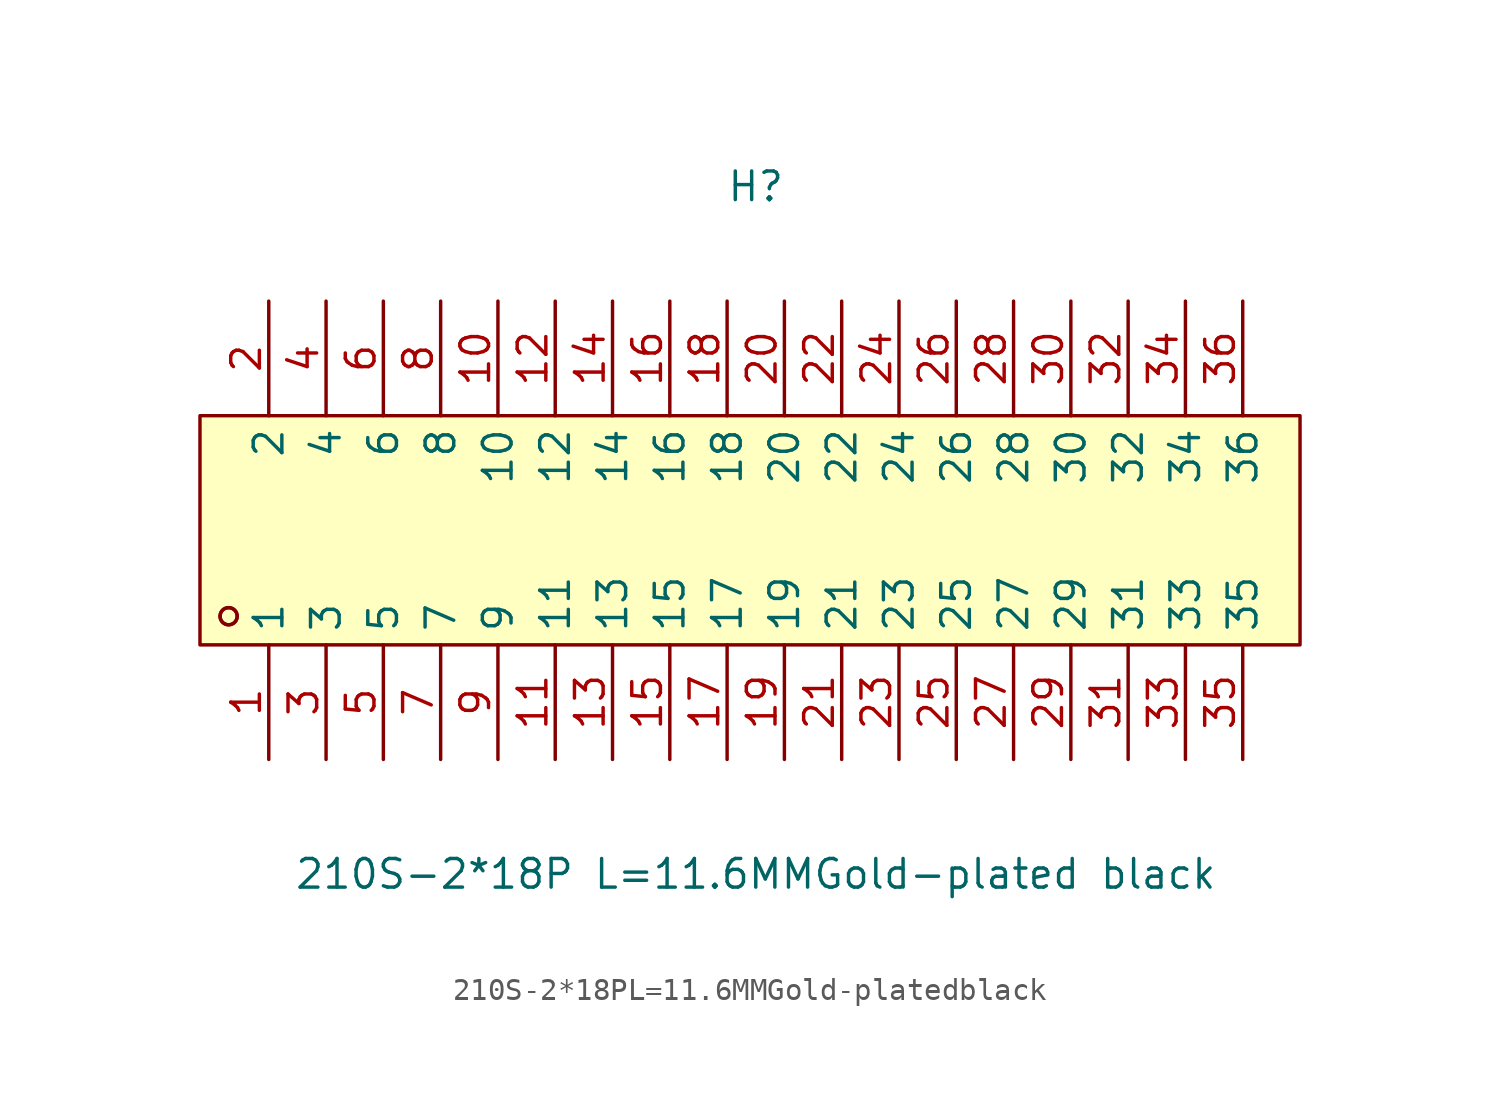
<source format=kicad_sym>
(kicad_symbol_lib
  (version 20211014)
  (generator https://github.com/uPesy/easyeda2kicad.py)
  (symbol "210S-2*18PL=11.6MMGold-platedblack"
    (property "Reference" "H"
      (at 0 15.24 0)
      (effects (font (size 1.27 1.27))))
    (property "Value" "210S-2*18P L=11.6MMGold-plated black"
      (at 0 -15.24 0)
      (effects (font (size 1.27 1.27))))
    (symbol "210S-2*18PL=11.6MMGold-platedblack_0_1"
      (rectangle (start -24.64 5.08) (end 24.13 -5.08) (stroke (width 0) (type default) (color 0 0 0 0)) (fill (type background)))
      (circle (center -23.37 -3.81) (radius 0.38) (stroke (width 0) (type default) (color 0 0 0 0)) (fill (type none)))
      (circle (center -23.37 -3.81) (radius 0.38) (stroke (width 0) (type default) (color 0 0 0 0)) (fill (type none)))
      (pin unspecified line (at -21.59 -10.16 90) (length 5.08) (name "1" (effects (font (size 1.27 1.27)))) (number "1" (effects (font (size 1.27 1.27)))))
      (pin unspecified line (at -21.59 10.16 270) (length 5.08) (name "2" (effects (font (size 1.27 1.27)))) (number "2" (effects (font (size 1.27 1.27)))))
      (pin unspecified line (at -19.05 -10.16 90) (length 5.08) (name "3" (effects (font (size 1.27 1.27)))) (number "3" (effects (font (size 1.27 1.27)))))
      (pin unspecified line (at -19.05 10.16 270) (length 5.08) (name "4" (effects (font (size 1.27 1.27)))) (number "4" (effects (font (size 1.27 1.27)))))
      (pin unspecified line (at -16.51 -10.16 90) (length 5.08) (name "5" (effects (font (size 1.27 1.27)))) (number "5" (effects (font (size 1.27 1.27)))))
      (pin unspecified line (at -16.51 10.16 270) (length 5.08) (name "6" (effects (font (size 1.27 1.27)))) (number "6" (effects (font (size 1.27 1.27)))))
      (pin unspecified line (at -13.97 -10.16 90) (length 5.08) (name "7" (effects (font (size 1.27 1.27)))) (number "7" (effects (font (size 1.27 1.27)))))
      (pin unspecified line (at -13.97 10.16 270) (length 5.08) (name "8" (effects (font (size 1.27 1.27)))) (number "8" (effects (font (size 1.27 1.27)))))
      (pin unspecified line (at -11.43 -10.16 90) (length 5.08) (name "9" (effects (font (size 1.27 1.27)))) (number "9" (effects (font (size 1.27 1.27)))))
      (pin unspecified line (at -11.43 10.16 270) (length 5.08) (name "10" (effects (font (size 1.27 1.27)))) (number "10" (effects (font (size 1.27 1.27)))))
      (pin unspecified line (at -8.89 -10.16 90) (length 5.08) (name "11" (effects (font (size 1.27 1.27)))) (number "11" (effects (font (size 1.27 1.27)))))
      (pin unspecified line (at -8.89 10.16 270) (length 5.08) (name "12" (effects (font (size 1.27 1.27)))) (number "12" (effects (font (size 1.27 1.27)))))
      (pin unspecified line (at -6.35 -10.16 90) (length 5.08) (name "13" (effects (font (size 1.27 1.27)))) (number "13" (effects (font (size 1.27 1.27)))))
      (pin unspecified line (at -6.35 10.16 270) (length 5.08) (name "14" (effects (font (size 1.27 1.27)))) (number "14" (effects (font (size 1.27 1.27)))))
      (pin unspecified line (at -3.81 -10.16 90) (length 5.08) (name "15" (effects (font (size 1.27 1.27)))) (number "15" (effects (font (size 1.27 1.27)))))
      (pin unspecified line (at -3.81 10.16 270) (length 5.08) (name "16" (effects (font (size 1.27 1.27)))) (number "16" (effects (font (size 1.27 1.27)))))
      (pin unspecified line (at -1.27 -10.16 90) (length 5.08) (name "17" (effects (font (size 1.27 1.27)))) (number "17" (effects (font (size 1.27 1.27)))))
      (pin unspecified line (at -1.27 10.16 270) (length 5.08) (name "18" (effects (font (size 1.27 1.27)))) (number "18" (effects (font (size 1.27 1.27)))))
      (pin unspecified line (at 1.27 -10.16 90) (length 5.08) (name "19" (effects (font (size 1.27 1.27)))) (number "19" (effects (font (size 1.27 1.27)))))
      (pin unspecified line (at 1.27 10.16 270) (length 5.08) (name "20" (effects (font (size 1.27 1.27)))) (number "20" (effects (font (size 1.27 1.27)))))
      (pin unspecified line (at 3.81 -10.16 90) (length 5.08) (name "21" (effects (font (size 1.27 1.27)))) (number "21" (effects (font (size 1.27 1.27)))))
      (pin unspecified line (at 3.81 10.16 270) (length 5.08) (name "22" (effects (font (size 1.27 1.27)))) (number "22" (effects (font (size 1.27 1.27)))))
      (pin unspecified line (at 6.35 -10.16 90) (length 5.08) (name "23" (effects (font (size 1.27 1.27)))) (number "23" (effects (font (size 1.27 1.27)))))
      (pin unspecified line (at 6.35 10.16 270) (length 5.08) (name "24" (effects (font (size 1.27 1.27)))) (number "24" (effects (font (size 1.27 1.27)))))
      (pin unspecified line (at 8.89 -10.16 90) (length 5.08) (name "25" (effects (font (size 1.27 1.27)))) (number "25" (effects (font (size 1.27 1.27)))))
      (pin unspecified line (at 8.89 10.16 270) (length 5.08) (name "26" (effects (font (size 1.27 1.27)))) (number "26" (effects (font (size 1.27 1.27)))))
      (pin unspecified line (at 11.43 -10.16 90) (length 5.08) (name "27" (effects (font (size 1.27 1.27)))) (number "27" (effects (font (size 1.27 1.27)))))
      (pin unspecified line (at 11.43 10.16 270) (length 5.08) (name "28" (effects (font (size 1.27 1.27)))) (number "28" (effects (font (size 1.27 1.27)))))
      (pin unspecified line (at 13.97 -10.16 90) (length 5.08) (name "29" (effects (font (size 1.27 1.27)))) (number "29" (effects (font (size 1.27 1.27)))))
      (pin unspecified line (at 13.97 10.16 270) (length 5.08) (name "30" (effects (font (size 1.27 1.27)))) (number "30" (effects (font (size 1.27 1.27)))))
      (pin unspecified line (at 16.51 -10.16 90) (length 5.08) (name "31" (effects (font (size 1.27 1.27)))) (number "31" (effects (font (size 1.27 1.27)))))
      (pin unspecified line (at 16.51 10.16 270) (length 5.08) (name "32" (effects (font (size 1.27 1.27)))) (number "32" (effects (font (size 1.27 1.27)))))
      (pin unspecified line (at 19.05 -10.16 90) (length 5.08) (name "33" (effects (font (size 1.27 1.27)))) (number "33" (effects (font (size 1.27 1.27)))))
      (pin unspecified line (at 19.05 10.16 270) (length 5.08) (name "34" (effects (font (size 1.27 1.27)))) (number "34" (effects (font (size 1.27 1.27)))))
      (pin unspecified line (at 21.59 -10.16 90) (length 5.08) (name "35" (effects (font (size 1.27 1.27)))) (number "35" (effects (font (size 1.27 1.27)))))
      (pin unspecified line (at 21.59 10.16 270) (length 5.08) (name "36" (effects (font (size 1.27 1.27)))) (number "36" (effects (font (size 1.27 1.27))))))))
</source>
